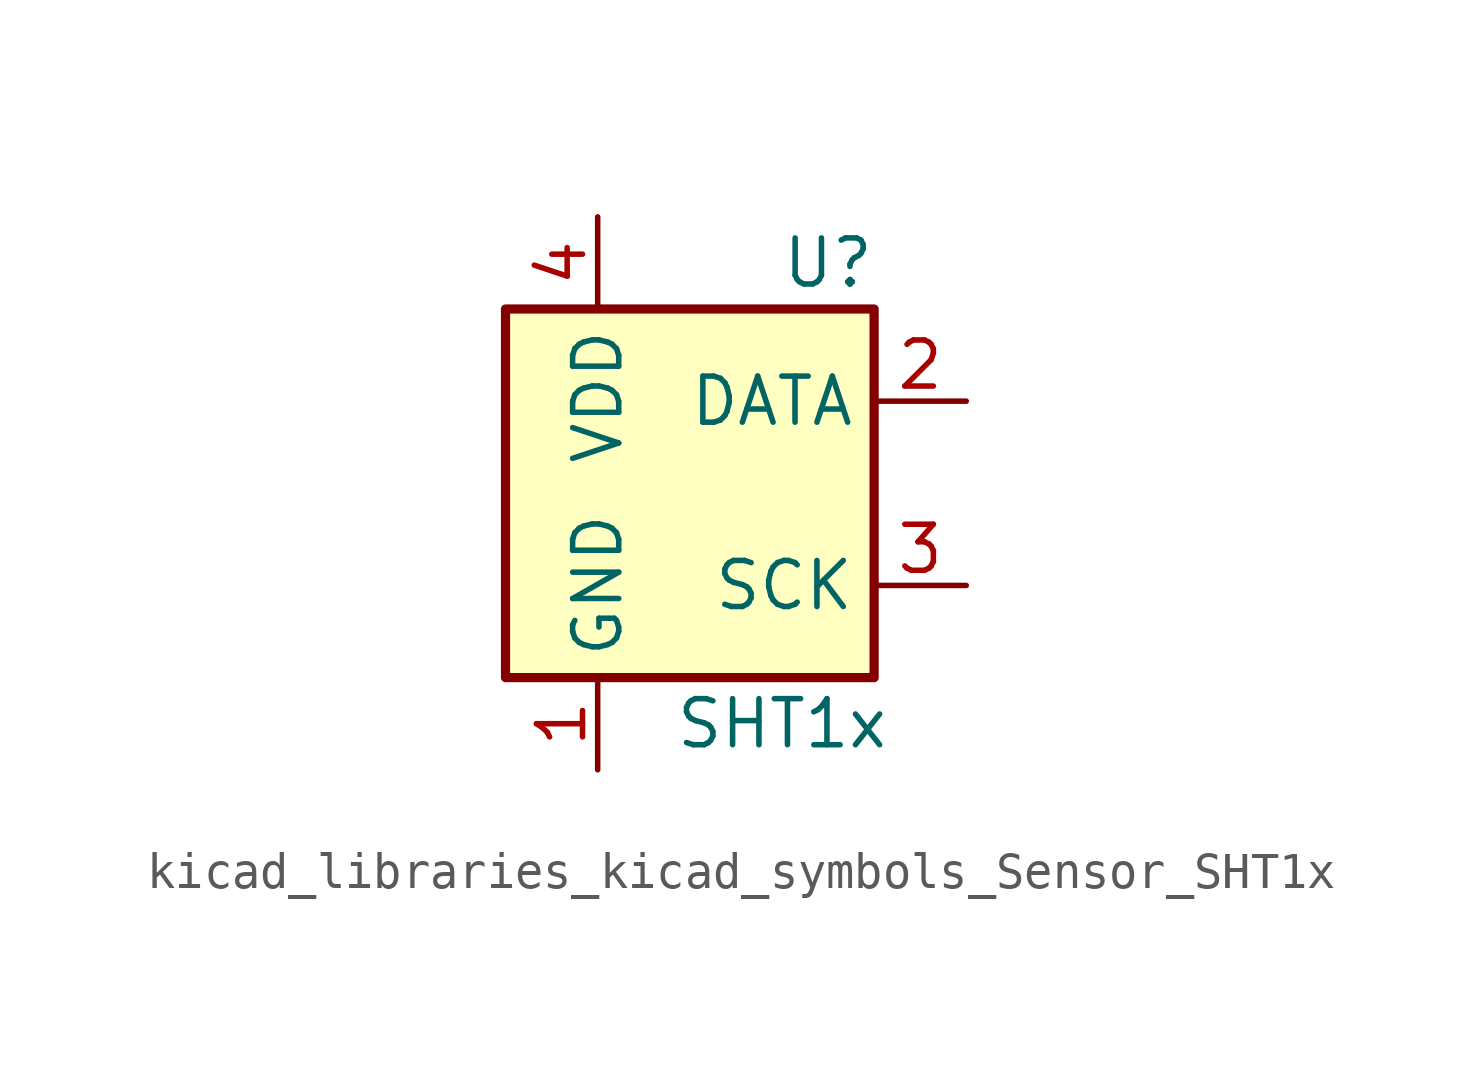
<source format=kicad_sym>
(kicad_symbol_lib
  (version 20220914)
  (generator kicad_symbol_editor)
  (symbol "kicad_libraries_kicad_symbols_Sensor_SHT1x"
    (property "Reference" "U"
      (at 3.81 6.35 0)
      (effects (font (size 1.27 1.27))))
    (property "Value" "SHT1x"
      (at 2.54 -6.35 0)
      (effects (font (size 1.27 1.27))))
    (symbol "kicad_libraries_kicad_symbols_Sensor_SHT1x_0_1"
      (rectangle (start -5.08 5.08) (end 5.08 -5.08) (stroke (width 0.254) (type default)) (fill (type background))))
    (symbol "kicad_libraries_kicad_symbols_Sensor_SHT1x_1_1"
      (pin power_in line (at -2.54 -7.62 90) (length 2.54) (name "GND" (effects (font (size 1.27 1.27)))) (number "1" (effects (font (size 1.27 1.27)))))
      (pin bidirectional line (at 7.62 2.54 180) (length 2.54) (name "DATA" (effects (font (size 1.27 1.27)))) (number "2" (effects (font (size 1.27 1.27)))))
      (pin input line (at 7.62 -2.54 180) (length 2.54) (name "SCK" (effects (font (size 1.27 1.27)))) (number "3" (effects (font (size 1.27 1.27)))))
      (pin power_in line (at -2.54 7.62 270) (length 2.54) (name "VDD" (effects (font (size 1.27 1.27)))) (number "4" (effects (font (size 1.27 1.27))))))))
</source>
